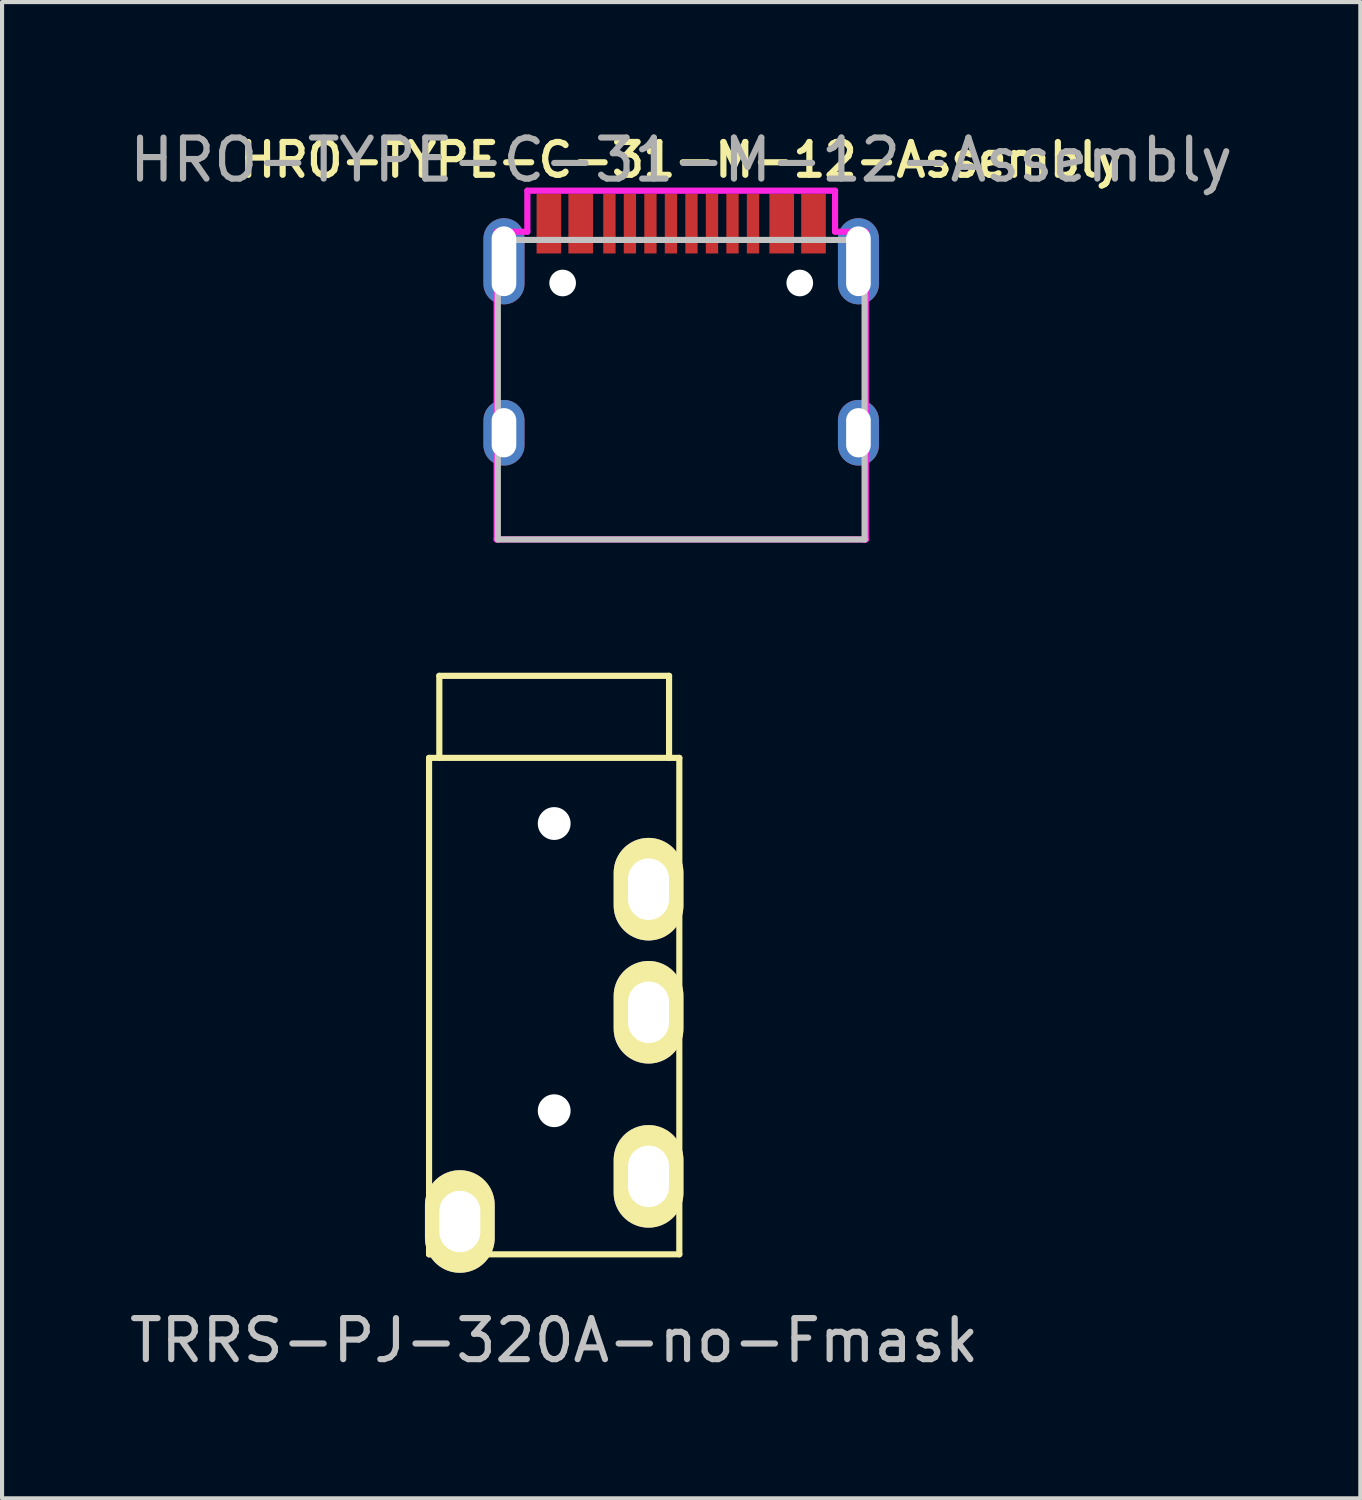
<source format=kicad_pcb>
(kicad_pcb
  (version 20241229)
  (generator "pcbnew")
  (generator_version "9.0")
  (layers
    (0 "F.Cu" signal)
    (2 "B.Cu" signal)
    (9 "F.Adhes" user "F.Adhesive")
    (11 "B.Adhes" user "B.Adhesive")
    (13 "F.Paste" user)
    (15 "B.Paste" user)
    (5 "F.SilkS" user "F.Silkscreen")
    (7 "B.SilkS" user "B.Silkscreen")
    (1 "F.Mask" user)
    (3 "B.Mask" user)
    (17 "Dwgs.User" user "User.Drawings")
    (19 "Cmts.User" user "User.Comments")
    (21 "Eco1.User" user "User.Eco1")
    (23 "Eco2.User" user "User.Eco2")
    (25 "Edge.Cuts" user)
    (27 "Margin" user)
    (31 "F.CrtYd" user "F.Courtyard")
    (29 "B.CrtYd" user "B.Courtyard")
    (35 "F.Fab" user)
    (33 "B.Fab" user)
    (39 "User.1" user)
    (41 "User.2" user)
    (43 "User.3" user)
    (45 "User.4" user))
  (footprint "HRO-TYPE-C-31-M-12-Assembly"
    (layer "F.Cu")
    (at 13.554 10.098)
    (property "Reference" "HRO-TYPE-C-31-M-12-Assembly" (at 0 -9.25 0) (layer "F.SilkS") (effects (font (size 0.8 0.8) (thickness 0.15))))
    (attr smd)
    (fp_line (start -4.47 -7.3) (end 4.47 -7.3) (stroke (width 0.15) (type solid)) (layer "Dwgs.User"))
    (fp_line (start -4.47 0) (end -4.47 -7.3) (stroke (width 0.15) (type solid)) (layer "Dwgs.User"))
    (fp_line (start -4.47 0) (end 4.47 0) (stroke (width 0.15) (type solid)) (layer "Dwgs.User"))
    (fp_line (start 4.47 0) (end 4.47 -7.3) (stroke (width 0.15) (type solid)) (layer "Dwgs.User"))
    (fp_line (start -4.5 -7.5) (end -3.75 -7.5) (stroke (width 0.15) (type solid)) (layer "F.CrtYd"))
    (fp_line (start -4.5 0) (end -4.5 -7.5) (stroke (width 0.15) (type solid)) (layer "F.CrtYd"))
    (fp_line (start -3.75 -8.5) (end 3.75 -8.5) (stroke (width 0.15) (type solid)) (layer "F.CrtYd"))
    (fp_line (start -3.75 -7.5) (end -3.75 -8.5) (stroke (width 0.15) (type solid)) (layer "F.CrtYd"))
    (fp_line (start 3.75 -8.5) (end 3.75 -7.5) (stroke (width 0.15) (type solid)) (layer "F.CrtYd"))
    (fp_line (start 4.5 -7.5) (end 3.75 -7.5) (stroke (width 0.15) (type solid)) (layer "F.CrtYd"))
    (fp_line (start 4.5 -7.5) (end 4.5 0) (stroke (width 0.15) (type solid)) (layer "F.CrtYd"))
    (fp_line (start 4.5 0) (end -4.5 0) (stroke (width 0.15) (type solid)) (layer "F.CrtYd"))
    (fp_text user "${REFERENCE}" (at 0 -9.25 0) (layer "F.Fab") (effects (font (size 1 1) (thickness 0.15))))
    (pad "" np_thru_hole circle (at -2.89 -6.25) (size 0.65 0.65) (drill 0.65) (layers "*.Cu" "*.Mask"))
    (pad "" np_thru_hole circle (at 2.89 -6.25) (size 0.65 0.65) (drill 0.65) (layers "*.Cu" "*.Mask"))
    (pad "1" smd rect (at -3.225 -7.695) (size 0.6 1.45) (layers "F.Cu" "F.Mask" "F.Paste"))
    (pad "2" smd rect (at -2.45 -7.695) (size 0.6 1.45) (layers "F.Cu" "F.Mask" "F.Paste"))
    (pad "3" smd rect (at -1.75 -7.695) (size 0.3 1.45) (layers "F.Cu" "F.Mask" "F.Paste"))
    (pad "4" smd rect (at -1.25 -7.695) (size 0.3 1.45) (layers "F.Cu" "F.Mask" "F.Paste"))
    (pad "5" smd rect (at -0.75 -7.695) (size 0.3 1.45) (layers "F.Cu" "F.Mask" "F.Paste"))
    (pad "6" smd rect (at -0.25 -7.695) (size 0.3 1.45) (layers "F.Cu" "F.Mask" "F.Paste"))
    (pad "7" smd rect (at 0.25 -7.695) (size 0.3 1.45) (layers "F.Cu" "F.Mask" "F.Paste"))
    (pad "8" smd rect (at 0.75 -7.695) (size 0.3 1.45) (layers "F.Cu" "F.Mask" "F.Paste"))
    (pad "9" smd rect (at 1.25 -7.695) (size 0.3 1.45) (layers "F.Cu" "F.Mask" "F.Paste"))
    (pad "10" smd rect (at 1.75 -7.695) (size 0.3 1.45) (layers "F.Cu" "F.Mask" "F.Paste"))
    (pad "11" smd rect (at 2.45 -7.695) (size 0.6 1.45) (layers "F.Cu" "F.Mask" "F.Paste"))
    (pad "12" smd rect (at 3.225 -7.695) (size 0.6 1.45) (layers "F.Cu" "F.Mask" "F.Paste"))
    (pad "13" thru_hole oval (at -4.32 -6.78) (size 1 2.1) (drill oval 0.6 1.7) (layers "*.Cu" "*.Mask"))
    (pad "13" thru_hole oval (at -4.32 -2.6) (size 1 1.6) (drill oval 0.6 1.2) (layers "*.Cu" "*.Mask"))
    (pad "13" thru_hole oval (at 4.32 -6.78) (size 1 2.1) (drill oval 0.6 1.7) (layers "*.Cu" "*.Mask"))
    (pad "13" thru_hole oval (at 4.32 -2.6) (size 1 1.6) (drill oval 0.6 1.2) (layers "*.Cu" "*.Mask")))
  (footprint "TRRS-PJ-320A-no-Fmask"
    (layer "F.Cu")
    (at 10.458 15.423)
    (property "Reference" "TRRS-PJ-320A-no-Fmask" (at 0 14.2 0) (layer "Dwgs.User") (effects (font (size 1 1) (thickness 0.15))))
    (attr through_hole)
    (fp_line (start -3.05 0) (end -3.05 12.1) (stroke (width 0.15) (type solid)) (layer "F.SilkS"))
    (fp_line (start -2.8 0) (end -2.8 -2) (stroke (width 0.15) (type solid)) (layer "F.SilkS"))
    (fp_line (start 2.8 -2) (end -2.8 -2) (stroke (width 0.15) (type solid)) (layer "F.SilkS"))
    (fp_line (start 2.8 0) (end 2.8 -2) (stroke (width 0.15) (type solid)) (layer "F.SilkS"))
    (fp_line (start 3.05 0) (end -3.05 0) (stroke (width 0.15) (type solid)) (layer "F.SilkS"))
    (fp_line (start 3.05 0) (end 3.05 12.1) (stroke (width 0.15) (type solid)) (layer "F.SilkS"))
    (fp_line (start 3.05 12.1) (end -3.05 12.1) (stroke (width 0.15) (type solid)) (layer "F.SilkS"))
    (pad "" np_thru_hole circle (at 0 1.6) (size 0.8 0.8) (drill 0.8) (layers "*.Cu" "*.Mask"))
    (pad "" np_thru_hole circle (at 0 8.6) (size 0.8 0.8) (drill 0.8) (layers "*.Cu" "*.Mask"))
    (pad "A" thru_hole oval (at -2.3 11.3) (size 1.7 2.5) (drill oval 1 1.5) (layers "*.Cu" "*.Mask" "F.SilkS"))
    (pad "B" thru_hole oval (at 2.3 3.2) (size 1.7 2.5) (drill oval 1 1.5) (layers "*.Cu" "*.Mask" "F.SilkS"))
    (pad "C" thru_hole oval (at 2.3 6.2) (size 1.7 2.5) (drill oval 1 1.5) (layers "*.Cu" "*.Mask" "F.SilkS"))
    (pad "D" thru_hole oval (at 2.3 10.2) (size 1.7 2.5) (drill oval 1 1.5) (layers "*.Cu" "*.Mask" "F.SilkS")))
  (gr_rect
    (start -3 -3)
    (end 30.107 33.471)
    (stroke (width 0.1) (type default))
    (fill no)
    (layer "Edge.Cuts")))
</source>
